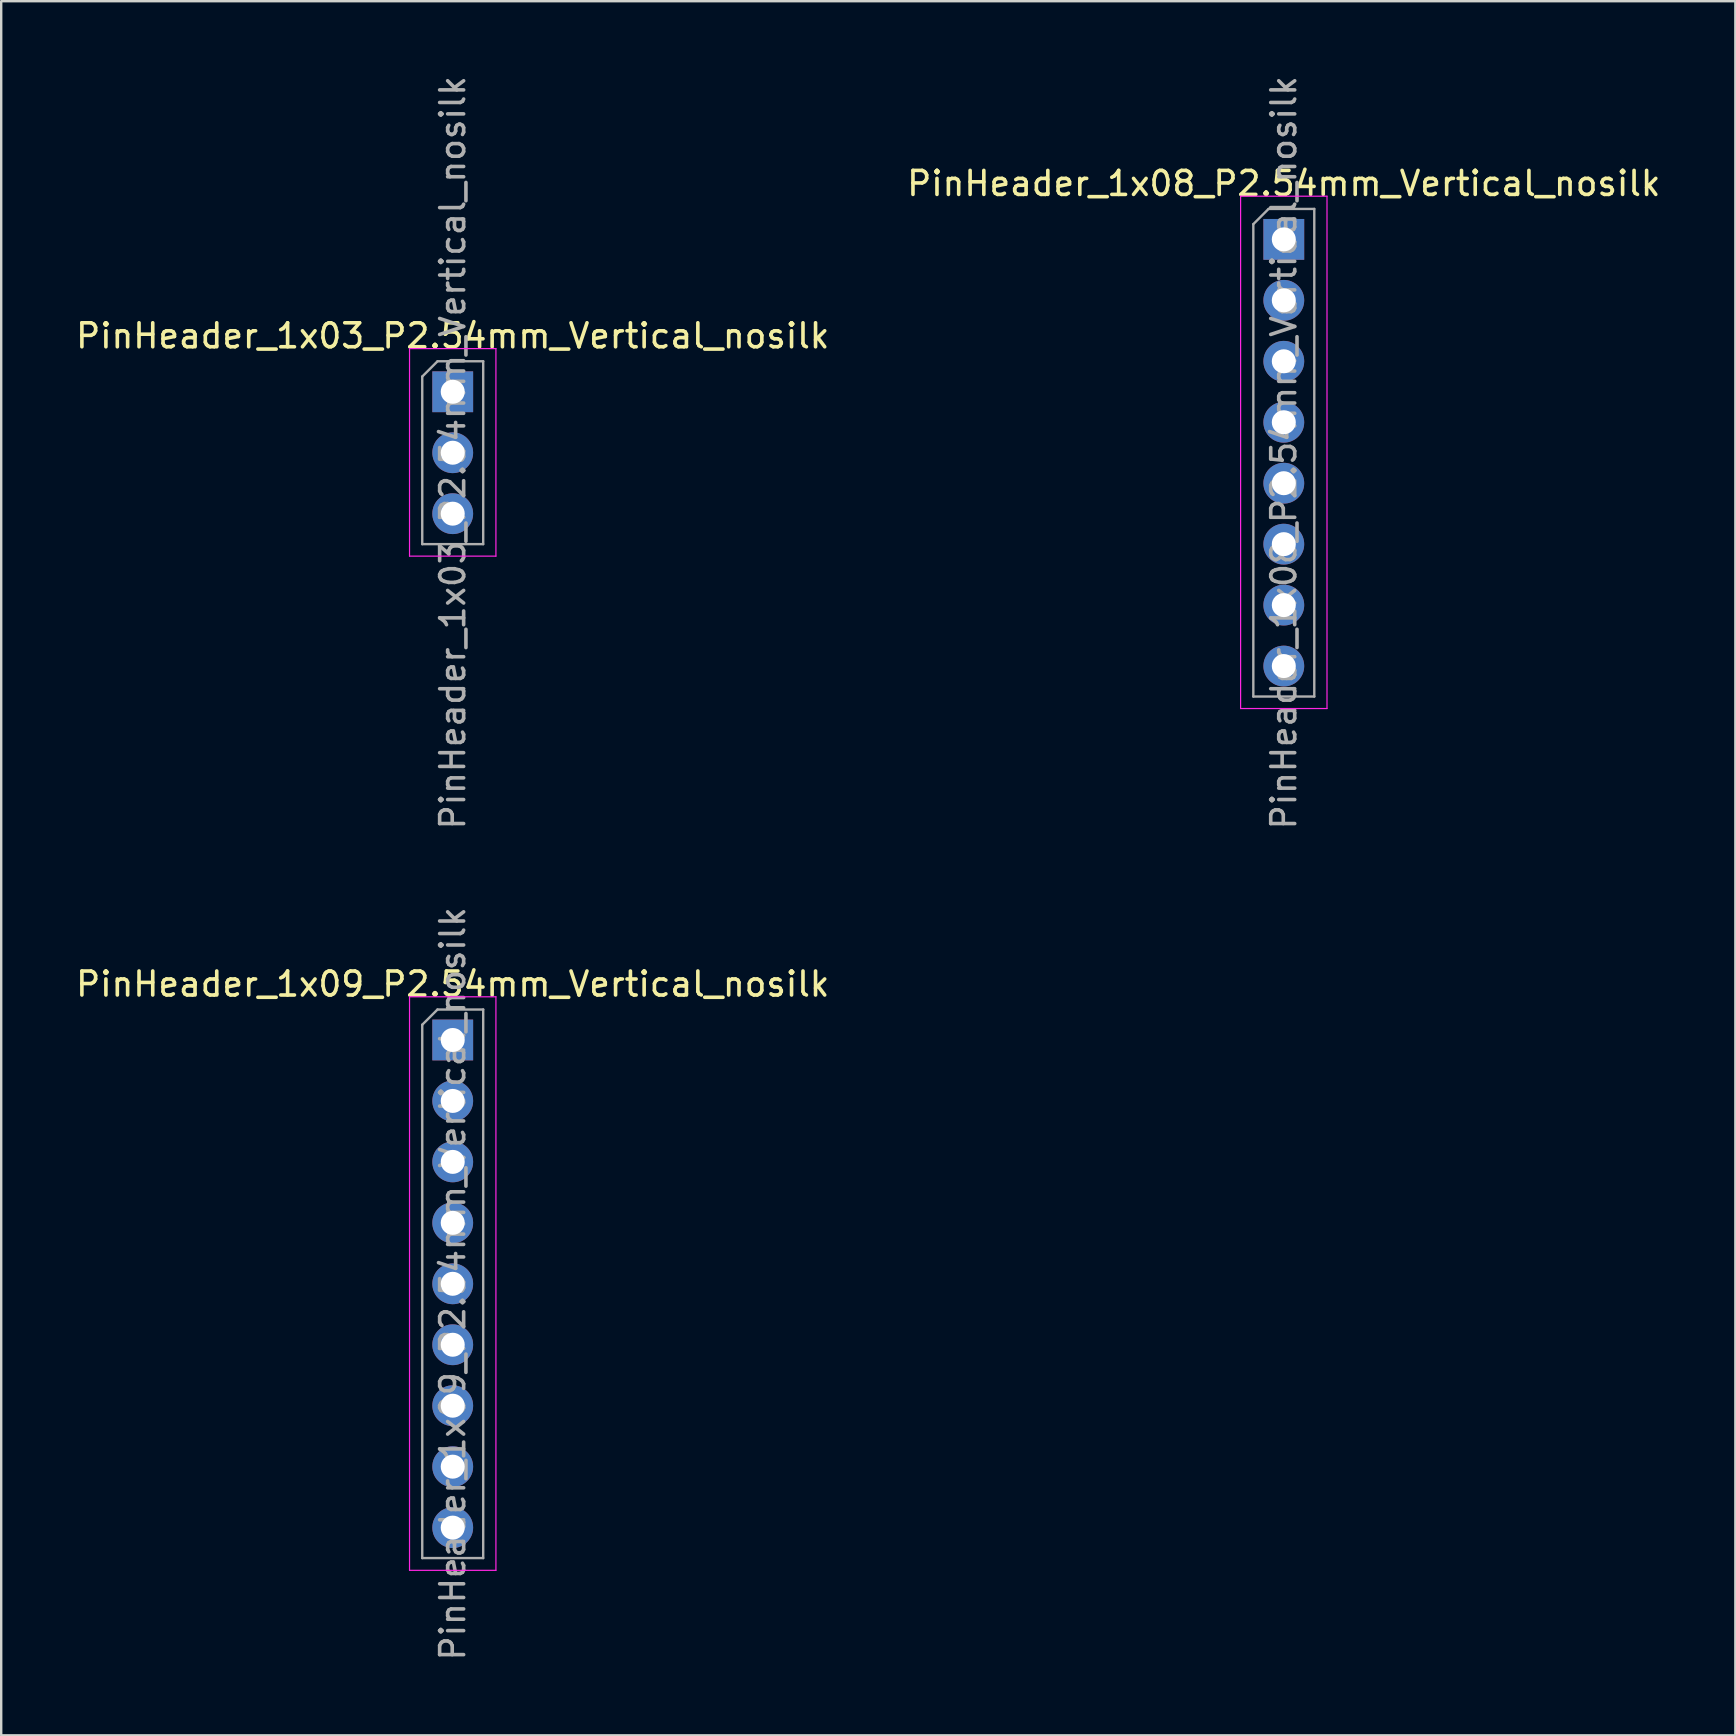
<source format=kicad_pcb>
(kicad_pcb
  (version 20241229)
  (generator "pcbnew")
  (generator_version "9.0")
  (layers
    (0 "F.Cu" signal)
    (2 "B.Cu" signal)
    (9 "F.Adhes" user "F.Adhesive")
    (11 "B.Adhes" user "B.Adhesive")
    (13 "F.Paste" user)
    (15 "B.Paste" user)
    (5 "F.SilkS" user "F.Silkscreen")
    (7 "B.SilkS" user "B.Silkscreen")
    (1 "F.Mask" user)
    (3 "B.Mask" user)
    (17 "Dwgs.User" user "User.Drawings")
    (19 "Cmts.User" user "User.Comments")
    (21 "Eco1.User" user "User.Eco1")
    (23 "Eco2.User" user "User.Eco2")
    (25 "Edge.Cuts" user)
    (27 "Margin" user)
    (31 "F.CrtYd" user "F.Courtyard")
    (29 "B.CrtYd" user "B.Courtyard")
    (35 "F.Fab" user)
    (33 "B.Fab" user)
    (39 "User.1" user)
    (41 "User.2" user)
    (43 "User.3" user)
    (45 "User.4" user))
  (footprint "PinHeader_1x09_P2.54mm_Vertical_nosilk"
    (layer "F.Cu")
    (at 15.815 40.286)
    (property "Reference" "PinHeader_1x09_P2.54mm_Vertical_nosilk" (at 0 -2.33 0) (layer "F.SilkS") (effects (font (size 1 1) (thickness 0.15))))
    (attr through_hole)
    (fp_line (start -1.8 -1.8) (end -1.8 22.1) (stroke (width 0.05) (type solid)) (layer "F.CrtYd"))
    (fp_line (start -1.8 22.1) (end 1.8 22.1) (stroke (width 0.05) (type solid)) (layer "F.CrtYd"))
    (fp_line (start 1.8 -1.8) (end -1.8 -1.8) (stroke (width 0.05) (type solid)) (layer "F.CrtYd"))
    (fp_line (start 1.8 22.1) (end 1.8 -1.8) (stroke (width 0.05) (type solid)) (layer "F.CrtYd"))
    (fp_line (start -1.27 -0.635) (end -0.635 -1.27) (stroke (width 0.1) (type solid)) (layer "F.Fab"))
    (fp_line (start -1.27 21.59) (end -1.27 -0.635) (stroke (width 0.1) (type solid)) (layer "F.Fab"))
    (fp_line (start -0.635 -1.27) (end 1.27 -1.27) (stroke (width 0.1) (type solid)) (layer "F.Fab"))
    (fp_line (start 1.27 -1.27) (end 1.27 21.59) (stroke (width 0.1) (type solid)) (layer "F.Fab"))
    (fp_line (start 1.27 21.59) (end -1.27 21.59) (stroke (width 0.1) (type solid)) (layer "F.Fab"))
    (fp_text user "${REFERENCE}" (at 0 10.16 90) (layer "F.Fab") (effects (font (size 1 1) (thickness 0.15))))
    (pad "1" thru_hole rect (at 0 0) (size 1.7 1.7) (drill 1) (layers "*.Cu" "*.Mask"))
    (pad "2" thru_hole oval (at 0 2.54) (size 1.7 1.7) (drill 1) (layers "*.Cu" "*.Mask"))
    (pad "3" thru_hole oval (at 0 5.08) (size 1.7 1.7) (drill 1) (layers "*.Cu" "*.Mask"))
    (pad "4" thru_hole oval (at 0 7.62) (size 1.7 1.7) (drill 1) (layers "*.Cu" "*.Mask"))
    (pad "5" thru_hole oval (at 0 10.16) (size 1.7 1.7) (drill 1) (layers "*.Cu" "*.Mask"))
    (pad "6" thru_hole oval (at 0 12.7) (size 1.7 1.7) (drill 1) (layers "*.Cu" "*.Mask"))
    (pad "7" thru_hole oval (at 0 15.24) (size 1.7 1.7) (drill 1) (layers "*.Cu" "*.Mask"))
    (pad "8" thru_hole oval (at 0 17.78) (size 1.7 1.7) (drill 1) (layers "*.Cu" "*.Mask"))
    (pad "9" thru_hole oval (at 0 20.32) (size 1.7 1.7) (drill 1) (layers "*.Cu" "*.Mask")))
  (footprint "PinHeader_1x03_P2.54mm_Vertical_nosilk"
    (layer "F.Cu")
    (at 15.815 13.275)
    (property "Reference" "PinHeader_1x03_P2.54mm_Vertical_nosilk" (at 0 -2.33 0) (layer "F.SilkS") (effects (font (size 1 1) (thickness 0.15))))
    (attr through_hole)
    (fp_line (start -1.8 -1.8) (end -1.8 6.85) (stroke (width 0.05) (type solid)) (layer "F.CrtYd"))
    (fp_line (start -1.8 6.85) (end 1.8 6.85) (stroke (width 0.05) (type solid)) (layer "F.CrtYd"))
    (fp_line (start 1.8 -1.8) (end -1.8 -1.8) (stroke (width 0.05) (type solid)) (layer "F.CrtYd"))
    (fp_line (start 1.8 6.85) (end 1.8 -1.8) (stroke (width 0.05) (type solid)) (layer "F.CrtYd"))
    (fp_line (start -1.27 -0.635) (end -0.635 -1.27) (stroke (width 0.1) (type solid)) (layer "F.Fab"))
    (fp_line (start -1.27 6.35) (end -1.27 -0.635) (stroke (width 0.1) (type solid)) (layer "F.Fab"))
    (fp_line (start -0.635 -1.27) (end 1.27 -1.27) (stroke (width 0.1) (type solid)) (layer "F.Fab"))
    (fp_line (start 1.27 -1.27) (end 1.27 6.35) (stroke (width 0.1) (type solid)) (layer "F.Fab"))
    (fp_line (start 1.27 6.35) (end -1.27 6.35) (stroke (width 0.1) (type solid)) (layer "F.Fab"))
    (fp_text user "${REFERENCE}" (at 0 2.54 270) (layer "F.Fab") (effects (font (size 1 1) (thickness 0.15))))
    (pad "1" thru_hole rect (at 0 0) (size 1.7 1.7) (drill 1) (layers "*.Cu" "*.Mask"))
    (pad "2" thru_hole oval (at 0 2.54) (size 1.7 1.7) (drill 1) (layers "*.Cu" "*.Mask"))
    (pad "3" thru_hole oval (at 0 5.08) (size 1.7 1.7) (drill 1) (layers "*.Cu" "*.Mask")))
  (footprint "PinHeader_1x08_P2.54mm_Vertical_nosilk"
    (layer "F.Cu")
    (at 50.446 6.925)
    (property "Reference" "PinHeader_1x08_P2.54mm_Vertical_nosilk" (at 0 -2.33 0) (layer "F.SilkS") (effects (font (size 1 1) (thickness 0.15))))
    (attr through_hole)
    (fp_line (start -1.8 -1.8) (end -1.8 19.55) (stroke (width 0.05) (type solid)) (layer "F.CrtYd"))
    (fp_line (start -1.8 19.55) (end 1.8 19.55) (stroke (width 0.05) (type solid)) (layer "F.CrtYd"))
    (fp_line (start 1.8 -1.8) (end -1.8 -1.8) (stroke (width 0.05) (type solid)) (layer "F.CrtYd"))
    (fp_line (start 1.8 19.55) (end 1.8 -1.8) (stroke (width 0.05) (type solid)) (layer "F.CrtYd"))
    (fp_line (start -1.27 -0.635) (end -0.635 -1.27) (stroke (width 0.1) (type solid)) (layer "F.Fab"))
    (fp_line (start -1.27 19.05) (end -1.27 -0.635) (stroke (width 0.1) (type solid)) (layer "F.Fab"))
    (fp_line (start -0.635 -1.27) (end 1.27 -1.27) (stroke (width 0.1) (type solid)) (layer "F.Fab"))
    (fp_line (start 1.27 -1.27) (end 1.27 19.05) (stroke (width 0.1) (type solid)) (layer "F.Fab"))
    (fp_line (start 1.27 19.05) (end -1.27 19.05) (stroke (width 0.1) (type solid)) (layer "F.Fab"))
    (fp_text user "${REFERENCE}" (at 0 8.89 90) (layer "F.Fab") (effects (font (size 1 1) (thickness 0.15))))
    (pad "1" thru_hole rect (at 0 0) (size 1.7 1.7) (drill 1) (layers "*.Cu" "*.Mask"))
    (pad "2" thru_hole oval (at 0 2.54) (size 1.7 1.7) (drill 1) (layers "*.Cu" "*.Mask"))
    (pad "3" thru_hole oval (at 0 5.08) (size 1.7 1.7) (drill 1) (layers "*.Cu" "*.Mask"))
    (pad "4" thru_hole oval (at 0 7.62) (size 1.7 1.7) (drill 1) (layers "*.Cu" "*.Mask"))
    (pad "5" thru_hole oval (at 0 10.16) (size 1.7 1.7) (drill 1) (layers "*.Cu" "*.Mask"))
    (pad "6" thru_hole oval (at 0 12.7) (size 1.7 1.7) (drill 1) (layers "*.Cu" "*.Mask"))
    (pad "7" thru_hole oval (at 0 15.24) (size 1.7 1.7) (drill 1) (layers "*.Cu" "*.Mask"))
    (pad "8" thru_hole oval (at 0 17.78) (size 1.7 1.7) (drill 1) (layers "*.Cu" "*.Mask")))
  (gr_rect
    (start -3 -3)
    (end 69.262 69.262)
    (stroke (width 0.1) (type default))
    (fill no)
    (layer "Edge.Cuts")))
</source>
